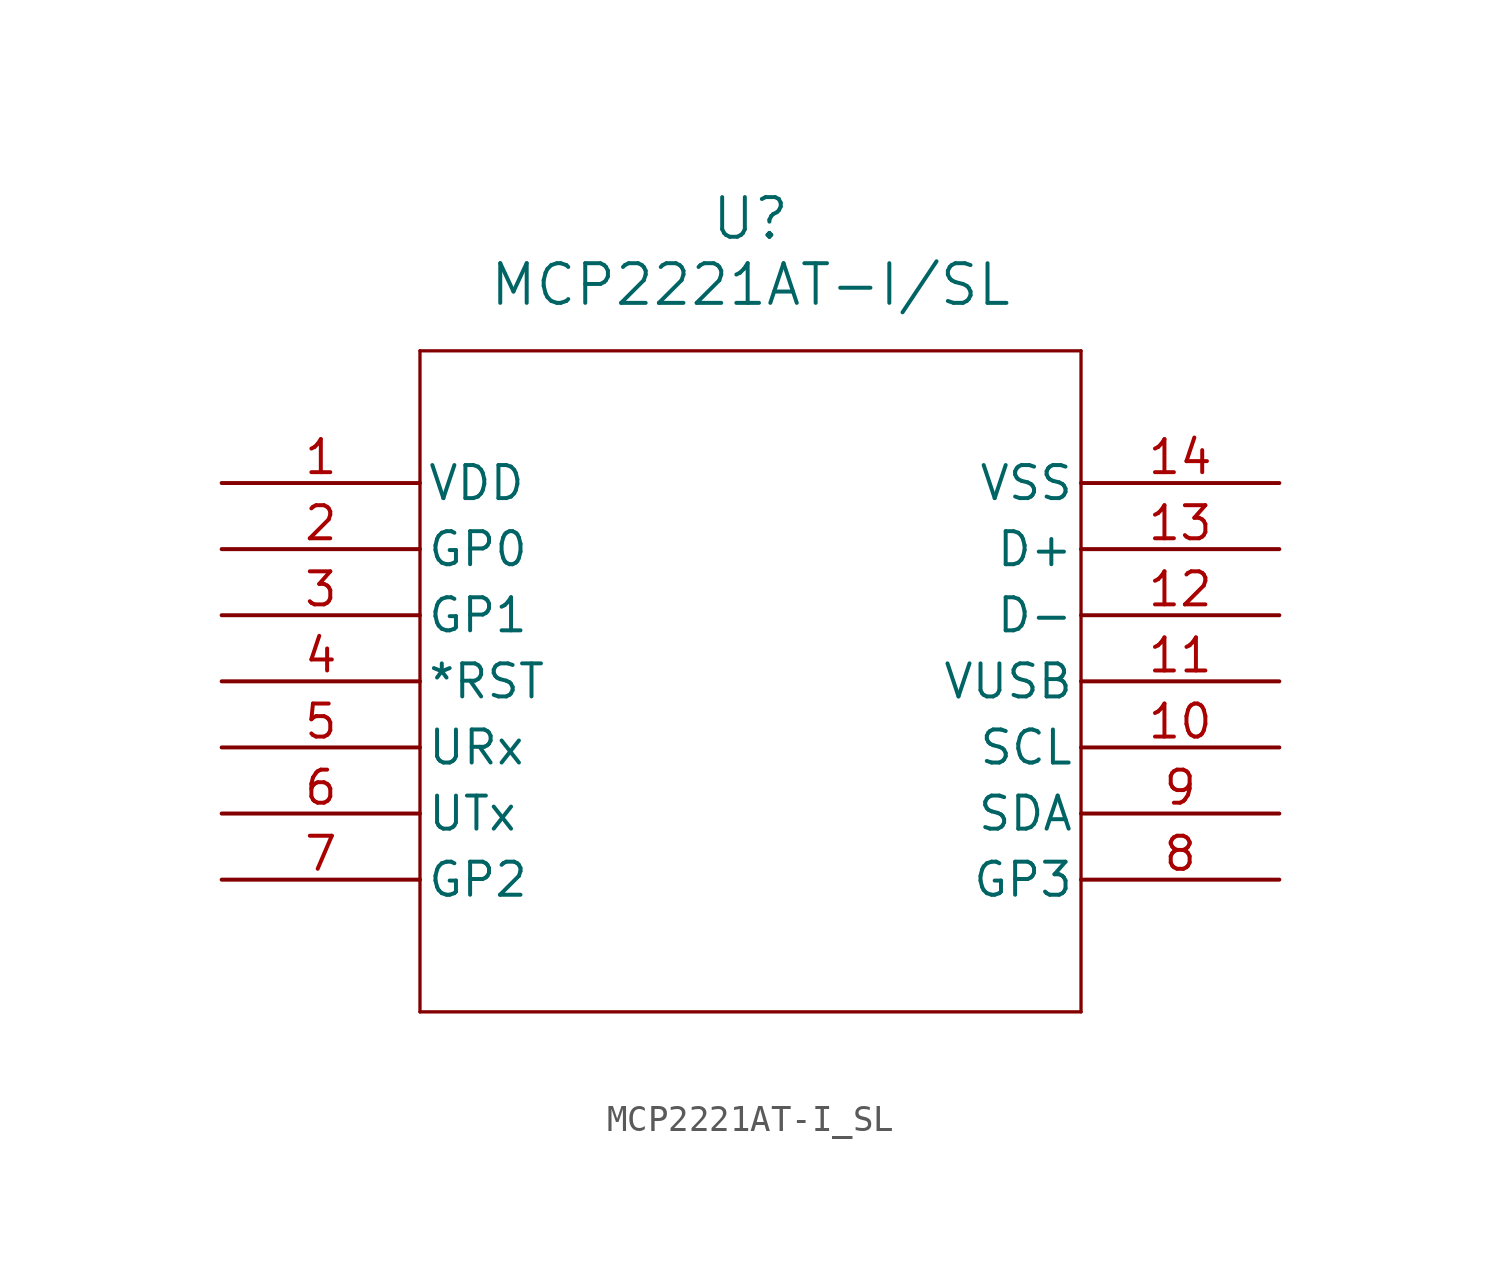
<source format=kicad_sym>
(kicad_symbol_lib
  (version 20211014)
  (generator kicad_symbol_editor)
  (symbol "MCP2221AT-I_SL"
    (pin_names
      (offset 0.254))
    (property "Reference" "U"
      (at 20.32 10.16 0)
      (effects (font (size 1.524 1.524))))
    (property "Value" "MCP2221AT-I/SL"
      (at 20.32 7.62 0)
      (effects (font (size 1.524 1.524))))
    (symbol "MCP2221AT-I_SL_0_1"
      (polyline (pts (xy 7.62 5.08) (xy 7.62 -20.32)) (stroke (width 0.127) (type default) (color 0 0 0 0)) (fill (type none)))
      (polyline (pts (xy 7.62 -20.32) (xy 33.02 -20.32)) (stroke (width 0.127) (type default) (color 0 0 0 0)) (fill (type none)))
      (polyline (pts (xy 33.02 -20.32) (xy 33.02 5.08)) (stroke (width 0.127) (type default) (color 0 0 0 0)) (fill (type none)))
      (polyline (pts (xy 33.02 5.08) (xy 7.62 5.08)) (stroke (width 0.127) (type default) (color 0 0 0 0)) (fill (type none)))
      (pin power_in line (at 0 0 0) (length 7.62) (name "VDD" (effects (font (size 1.27 1.27)))) (number "1" (effects (font (size 1.27 1.27)))))
      (pin bidirectional line (at 0 -2.54 0) (length 7.62) (name "GP0" (effects (font (size 1.27 1.27)))) (number "2" (effects (font (size 1.27 1.27)))))
      (pin bidirectional line (at 0 -5.08 0) (length 7.62) (name "GP1" (effects (font (size 1.27 1.27)))) (number "3" (effects (font (size 1.27 1.27)))))
      (pin input line (at 0 -7.62 0) (length 7.62) (name "*RST" (effects (font (size 1.27 1.27)))) (number "4" (effects (font (size 1.27 1.27)))))
      (pin input line (at 0 -10.16 0) (length 7.62) (name "URx" (effects (font (size 1.27 1.27)))) (number "5" (effects (font (size 1.27 1.27)))))
      (pin output line (at 0 -12.7 0) (length 7.62) (name "UTx" (effects (font (size 1.27 1.27)))) (number "6" (effects (font (size 1.27 1.27)))))
      (pin bidirectional line (at 0 -15.24 0) (length 7.62) (name "GP2" (effects (font (size 1.27 1.27)))) (number "7" (effects (font (size 1.27 1.27)))))
      (pin bidirectional line (at 40.64 -15.24 180) (length 7.62) (name "GP3" (effects (font (size 1.27 1.27)))) (number "8" (effects (font (size 1.27 1.27)))))
      (pin bidirectional line (at 40.64 -12.7 180) (length 7.62) (name "SDA" (effects (font (size 1.27 1.27)))) (number "9" (effects (font (size 1.27 1.27)))))
      (pin bidirectional line (at 40.64 -10.16 180) (length 7.62) (name "SCL" (effects (font (size 1.27 1.27)))) (number "10" (effects (font (size 1.27 1.27)))))
      (pin power_in line (at 40.64 -7.62 180) (length 7.62) (name "VUSB" (effects (font (size 1.27 1.27)))) (number "11" (effects (font (size 1.27 1.27)))))
      (pin bidirectional line (at 40.64 -5.08 180) (length 7.62) (name "D-" (effects (font (size 1.27 1.27)))) (number "12" (effects (font (size 1.27 1.27)))))
      (pin bidirectional line (at 40.64 -2.54 180) (length 7.62) (name "D+" (effects (font (size 1.27 1.27)))) (number "13" (effects (font (size 1.27 1.27)))))
      (pin power_out line (at 40.64 0 180) (length 7.62) (name "VSS" (effects (font (size 1.27 1.27)))) (number "14" (effects (font (size 1.27 1.27))))))))
</source>
